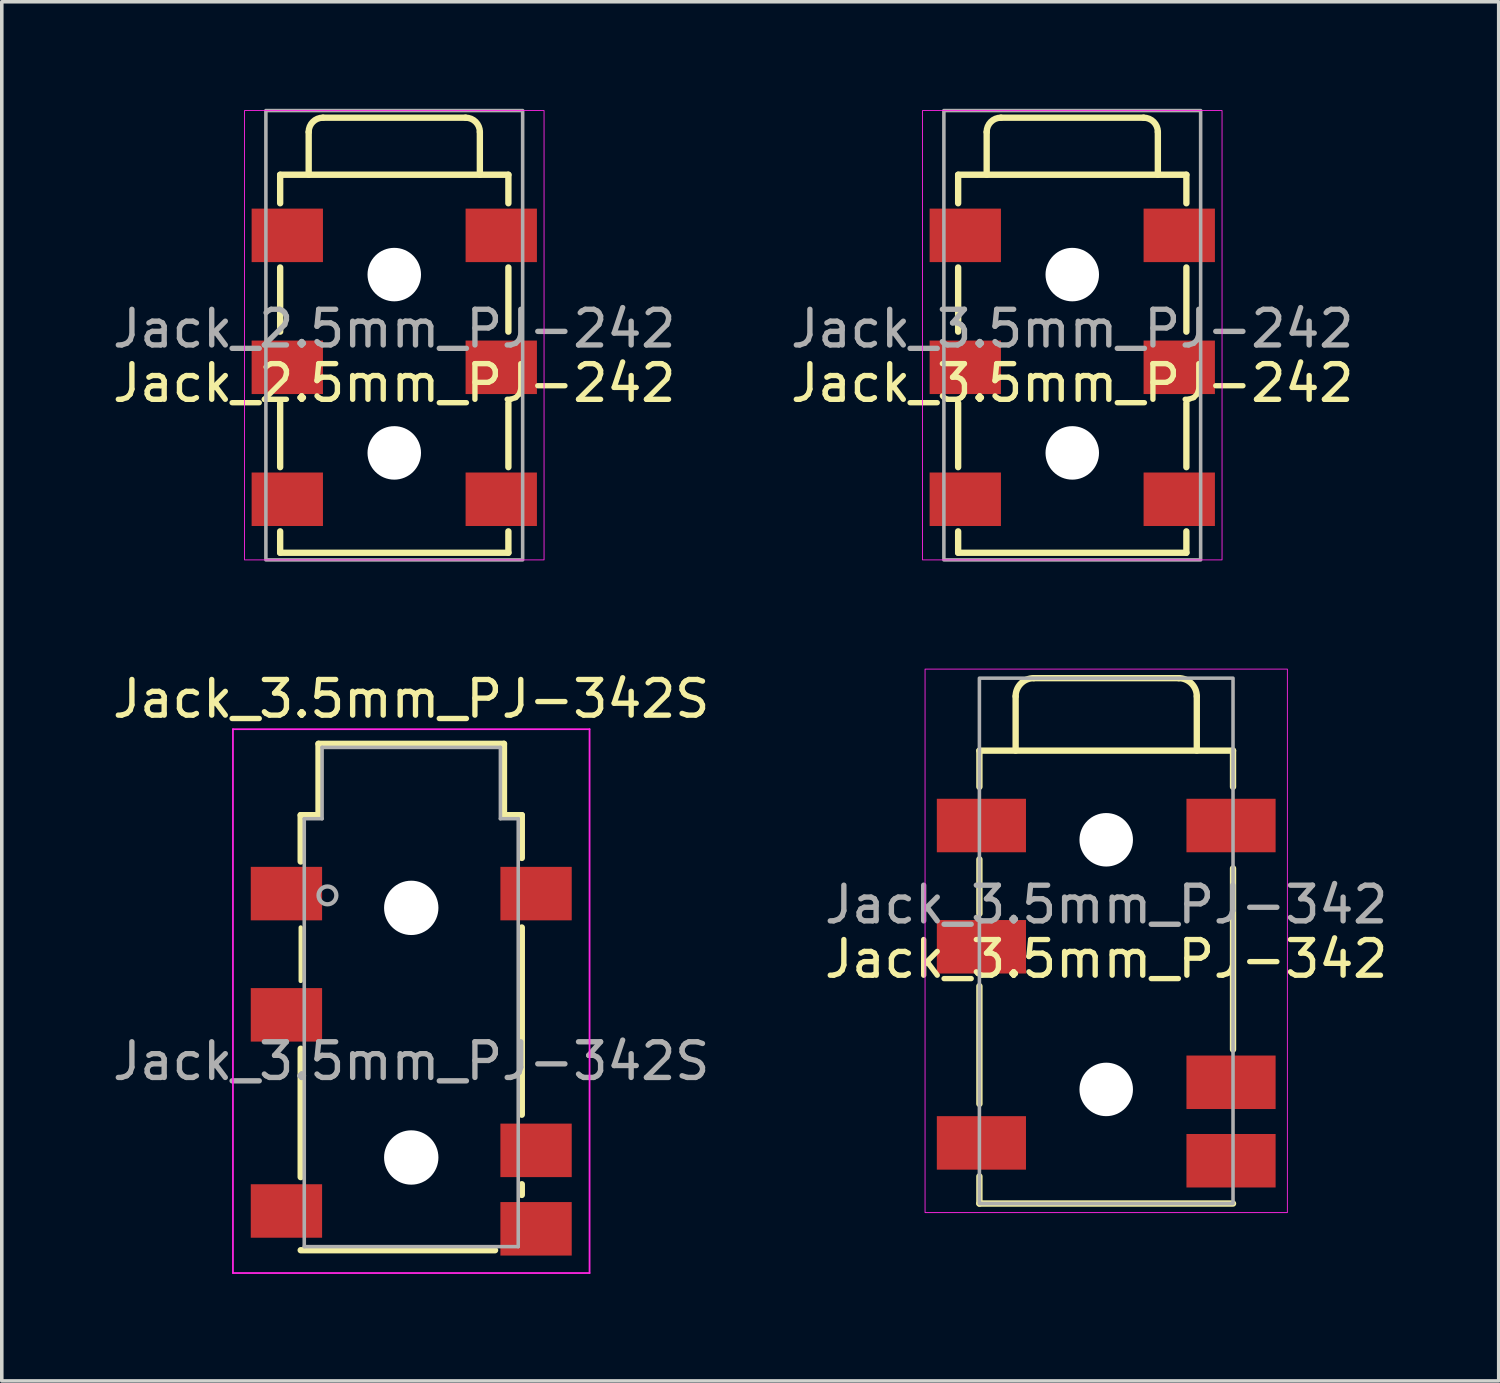
<source format=kicad_pcb>
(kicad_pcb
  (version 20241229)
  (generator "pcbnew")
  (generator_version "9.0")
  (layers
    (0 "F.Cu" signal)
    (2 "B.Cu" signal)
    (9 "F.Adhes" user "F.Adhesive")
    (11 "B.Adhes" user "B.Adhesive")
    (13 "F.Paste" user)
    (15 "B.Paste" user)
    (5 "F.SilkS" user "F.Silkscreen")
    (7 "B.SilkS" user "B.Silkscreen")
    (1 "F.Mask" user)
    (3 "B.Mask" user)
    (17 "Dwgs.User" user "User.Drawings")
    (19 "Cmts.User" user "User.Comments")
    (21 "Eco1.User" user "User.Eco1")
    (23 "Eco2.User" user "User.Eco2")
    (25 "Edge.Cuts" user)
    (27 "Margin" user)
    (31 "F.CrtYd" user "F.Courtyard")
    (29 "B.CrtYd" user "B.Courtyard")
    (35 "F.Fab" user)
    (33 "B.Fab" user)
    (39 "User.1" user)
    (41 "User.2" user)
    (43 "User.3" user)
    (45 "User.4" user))
  (footprint "Jack_2.5mm_PJ-242"
    (layer "F.Cu")
    (at 8.006 1.85)
    (property "Reference" "Jack_2.5mm_PJ-242" (at 0 5.842 0) (unlocked yes) (layer "F.SilkS") (effects (font (size 1 1) (thickness 0.15))))
    (fp_line (start -3.2 0) (end 3.2 0) (stroke (width 0.178) (type solid)) (layer "F.SilkS"))
    (fp_line (start -3.2 0.8) (end -3.2 0) (stroke (width 0.178) (type solid)) (layer "F.SilkS"))
    (fp_line (start -3.2 4.4) (end -3.2 2.6) (stroke (width 0.178) (type solid)) (layer "F.SilkS"))
    (fp_line (start -3.2 8.2) (end -3.2 6.4) (stroke (width 0.178) (type solid)) (layer "F.SilkS"))
    (fp_line (start -3.2 10) (end -3.2 10.6) (stroke (width 0.178) (type solid)) (layer "F.SilkS"))
    (fp_line (start -3.2 10.6) (end 3.2 10.6) (stroke (width 0.178) (type solid)) (layer "F.SilkS"))
    (fp_line (start -2.4 -1.2) (end -2.4 0) (stroke (width 0.178) (type solid)) (layer "F.SilkS"))
    (fp_line (start 2 -1.6) (end -2 -1.6) (stroke (width 0.178) (type solid)) (layer "F.SilkS"))
    (fp_line (start 2.4 0) (end 2.4 -1.2) (stroke (width 0.178) (type solid)) (layer "F.SilkS"))
    (fp_line (start 3.2 0) (end 3.2 0.8) (stroke (width 0.178) (type solid)) (layer "F.SilkS"))
    (fp_line (start 3.2 4.4) (end 3.2 2.6) (stroke (width 0.178) (type solid)) (layer "F.SilkS"))
    (fp_line (start 3.2 8.2) (end 3.2 6.4) (stroke (width 0.178) (type solid)) (layer "F.SilkS"))
    (fp_line (start 3.2 10) (end 3.2 10.6) (stroke (width 0.178) (type solid)) (layer "F.SilkS"))
    (fp_arc (start -2.4 -1.2) (mid -2.282843 -1.482843) (end -2 -1.6) (stroke (width 0.1778) (type solid)) (layer "F.SilkS"))
    (fp_arc (start 2 -1.6) (mid 2.282842 -1.482843) (end 2.4 -1.2) (stroke (width 0.1778) (type solid)) (layer "F.SilkS"))
    (fp_rect (start -4.2 -1.8) (end 4.2 10.8) (stroke (width 0.025) (type solid)) (fill no) (layer "F.CrtYd"))
    (fp_rect (start -3.6 -1.8) (end 3.6 10.8) (stroke (width 0.1) (type solid)) (fill no) (layer "F.Fab"))
    (fp_text user "${REFERENCE}" (at 0 4.318 0) (unlocked yes) (layer "F.Fab") (effects (font (size 1 1) (thickness 0.15))))
    (pad "" np_thru_hole circle (at 0 2.8) (size 1.5 1.5) (drill 1.5) (layers "*.Cu" "*.Mask"))
    (pad "" np_thru_hole circle (at 0 7.8) (size 1.5 1.5) (drill 1.5) (layers "*.Cu" "*.Mask"))
    (pad "2" smd rect (at 3 1.7) (size 2 1.5) (layers "F.Cu" "F.Mask" "F.Paste"))
    (pad "3" smd rect (at -3 1.7) (size 2 1.5) (layers "F.Cu" "F.Mask" "F.Paste"))
    (pad "4" smd rect (at 3 5.4) (size 2 1.5) (layers "F.Cu" "F.Mask" "F.Paste"))
    (pad "5" smd rect (at 3 9.1) (size 2 1.5) (layers "F.Cu" "F.Mask" "F.Paste"))
    (pad "6" smd rect (at -3 5.4) (size 2 1.5) (layers "F.Cu" "F.Mask" "F.Paste"))
    (pad "7" smd rect (at -3 9.1) (size 2 1.5) (layers "F.Cu" "F.Mask" "F.Paste")))
  (footprint "Jack_3.5mm_PJ-342S"
    (layer "F.Cu")
    (at 8.482 26.708)
    (property "Reference" "Jack_3.5mm_PJ-342S" (at 0 -10.16 0) (layer "F.SilkS") (effects (font (size 1 1) (thickness 0.15))))
    (attr smd)
    (fp_line (start -3.1 -2.25) (end -3.1 -3.75) (stroke (width 0.12) (type solid)) (layer "F.SilkS"))
    (fp_line (start -3.1 -6.9) (end -2.6 -6.9) (stroke (width 0.178) (type solid)) (layer "F.SilkS"))
    (fp_line (start -3.1 -5.6) (end -3.1 -6.9) (stroke (width 0.178) (type solid)) (layer "F.SilkS"))
    (fp_line (start -3.1 3.25) (end -3.1 -0.35) (stroke (width 0.178) (type solid)) (layer "F.SilkS"))
    (fp_line (start -2.6 -8.9) (end 2.6 -8.9) (stroke (width 0.178) (type solid)) (layer "F.SilkS"))
    (fp_line (start -2.6 -6.9) (end -2.6 -8.9) (stroke (width 0.178) (type solid)) (layer "F.SilkS"))
    (fp_line (start 2.35 5.3) (end -3.1 5.3) (stroke (width 0.178) (type solid)) (layer "F.SilkS"))
    (fp_line (start 2.6 -8.9) (end 2.6 -6.9) (stroke (width 0.178) (type solid)) (layer "F.SilkS"))
    (fp_line (start 2.6 -6.9) (end 3.1 -6.9) (stroke (width 0.178) (type solid)) (layer "F.SilkS"))
    (fp_line (start 3.1 -6.9) (end 3.1 -5.7) (stroke (width 0.178) (type solid)) (layer "F.SilkS"))
    (fp_line (start 3.1 -3.75) (end 3.1 1.5) (stroke (width 0.178) (type solid)) (layer "F.SilkS"))
    (fp_line (start 3.1 3.45) (end 3.1 3.75) (stroke (width 0.178) (type solid)) (layer "F.SilkS"))
    (fp_line (start -5 -9.31) (end -5 5.94) (stroke (width 0.05) (type solid)) (layer "F.CrtYd"))
    (fp_line (start -5 -9.31) (end 5 -9.31) (stroke (width 0.05) (type solid)) (layer "F.CrtYd"))
    (fp_line (start -5 5.94) (end 5 5.94) (stroke (width 0.05) (type solid)) (layer "F.CrtYd"))
    (fp_line (start 5 5.94) (end 5 -9.31) (stroke (width 0.05) (type solid)) (layer "F.CrtYd"))
    (fp_line (start -3 -6.8) (end -3 5.2) (stroke (width 0.1) (type solid)) (layer "F.Fab"))
    (fp_line (start -3 5.2) (end 3 5.2) (stroke (width 0.1) (type solid)) (layer "F.Fab"))
    (fp_line (start -2.5 -8.8) (end -2.5 -6.8) (stroke (width 0.1) (type solid)) (layer "F.Fab"))
    (fp_line (start -2.5 -6.8) (end -3 -6.8) (stroke (width 0.1) (type solid)) (layer "F.Fab"))
    (fp_line (start 2.5 -8.8) (end -2.5 -8.8) (stroke (width 0.1) (type solid)) (layer "F.Fab"))
    (fp_line (start 2.5 -6.8) (end 2.5 -8.8) (stroke (width 0.1) (type solid)) (layer "F.Fab"))
    (fp_line (start 3 -6.8) (end 2.5 -6.8) (stroke (width 0.1) (type solid)) (layer "F.Fab"))
    (fp_line (start 3 5.2) (end 3 -6.8) (stroke (width 0.1) (type solid)) (layer "F.Fab"))
    (fp_circle (center -2.35 -4.65) (end -2.1 -4.65) (stroke (width 0.12) (type solid)) (fill no) (layer "F.Fab"))
    (fp_text user "${REFERENCE}" (at 0 0 0) (layer "F.Fab") (effects (font (size 1 1) (thickness 0.15))))
    (pad "" np_thru_hole circle (at 0 -4.3) (size 1.524 1.524) (drill 1.524) (layers "*.Cu" "*.Mask"))
    (pad "" np_thru_hole circle (at 0 2.7) (size 1.524 1.524) (drill 1.524) (layers "*.Cu" "*.Mask"))
    (pad "G" smd rect (at -3.5 -4.7) (size 2 1.5) (layers "F.Cu" "F.Mask" "F.Paste"))
    (pad "L" smd rect (at -3.5 -1.3) (size 2 1.5) (layers "F.Cu" "F.Mask" "F.Paste"))
    (pad "L" smd rect (at -3.5 4.2) (size 2 1.5) (layers "F.Cu" "F.Mask" "F.Paste"))
    (pad "M" smd rect (at 3.5 -4.7) (size 2 1.5) (layers "F.Cu" "F.Mask" "F.Paste"))
    (pad "R" smd rect (at 3.5 2.5) (size 2 1.5) (layers "F.Cu" "F.Mask" "F.Paste"))
    (pad "R" smd rect (at 3.5 4.7) (size 2 1.5) (layers "F.Cu" "F.Mask" "F.Paste")))
  (footprint "Jack_3.5mm_PJ-342"
    (layer "F.Cu")
    (at 27.97 17.999)
    (property "Reference" "Jack_3.5mm_PJ-342" (at 0 5.842 0) (unlocked yes) (layer "F.SilkS") (effects (font (size 1 1) (thickness 0.15))))
    (fp_line (start -3.556 0) (end 3.556 0) (stroke (width 0.178) (type solid)) (layer "F.SilkS"))
    (fp_line (start -3.556 1.016) (end -3.556 0) (stroke (width 0.178) (type solid)) (layer "F.SilkS"))
    (fp_line (start -3.556 4.572) (end -3.556 3.048) (stroke (width 0.178) (type solid)) (layer "F.SilkS"))
    (fp_line (start -3.556 9.906) (end -3.556 6.604) (stroke (width 0.178) (type solid)) (layer "F.SilkS"))
    (fp_line (start -3.556 11.938) (end -3.556 12.7) (stroke (width 0.178) (type solid)) (layer "F.SilkS"))
    (fp_line (start -3.556 12.7) (end 3.556 12.7) (stroke (width 0.178) (type solid)) (layer "F.SilkS"))
    (fp_line (start -2.54 -1.524) (end -2.54 0) (stroke (width 0.178) (type solid)) (layer "F.SilkS"))
    (fp_line (start 2.032 -2.032) (end -2.032 -2.032) (stroke (width 0.178) (type solid)) (layer "F.SilkS"))
    (fp_line (start 2.54 0) (end 2.54 -1.524) (stroke (width 0.178) (type solid)) (layer "F.SilkS"))
    (fp_line (start 3.556 0) (end 3.556 1.016) (stroke (width 0.178) (type solid)) (layer "F.SilkS"))
    (fp_line (start 3.556 3.302) (end 3.556 8.382) (stroke (width 0.178) (type solid)) (layer "F.SilkS"))
    (fp_arc (start -2.54 -1.524) (mid -2.39121 -1.88321) (end -2.032 -2.032) (stroke (width 0.1778) (type solid)) (layer "F.SilkS"))
    (fp_arc (start 2.032 -2.032) (mid 2.39121 -1.88321) (end 2.54 -1.524) (stroke (width 0.1778) (type solid)) (layer "F.SilkS"))
    (fp_rect (start -5.08 -2.286) (end 5.08 12.954) (stroke (width 0.025) (type solid)) (fill no) (layer "F.CrtYd"))
    (fp_rect (start -3.556 -2.032) (end 3.556 12.7) (stroke (width 0.1) (type solid)) (fill no) (layer "F.Fab"))
    (fp_text user "${REFERENCE}" (at 0 4.318 0) (unlocked yes) (layer "F.Fab") (effects (font (size 1 1) (thickness 0.15))))
    (pad "" np_thru_hole circle (at 0 2.5) (size 1.5 1.5) (drill 1.5) (layers "*.Cu" "*.Mask"))
    (pad "" np_thru_hole circle (at 0 9.5) (size 1.5 1.5) (drill 1.5) (layers "*.Cu" "*.Mask"))
    (pad "R1" smd rect (at -3.5 5.5) (size 2.5 1.5) (layers "F.Cu" "F.Mask" "F.Paste"))
    (pad "R1N" smd rect (at -3.5 11) (size 2.5 1.5) (layers "F.Cu" "F.Mask" "F.Paste"))
    (pad "R2" smd rect (at 3.5 2.1) (size 2.5 1.5) (layers "F.Cu" "F.Mask" "F.Paste"))
    (pad "S" smd rect (at -3.5 2.1) (size 2.5 1.5) (layers "F.Cu" "F.Mask" "F.Paste"))
    (pad "T" smd rect (at 3.5 9.3) (size 2.5 1.5) (layers "F.Cu" "F.Mask" "F.Paste"))
    (pad "TN" smd rect (at 3.5 11.5) (size 2.5 1.5) (layers "F.Cu" "F.Mask" "F.Paste")))
  (footprint "Jack_3.5mm_PJ-242"
    (layer "F.Cu")
    (at 27.018 1.85)
    (property "Reference" "Jack_3.5mm_PJ-242" (at 0 5.842 0) (unlocked yes) (layer "F.SilkS") (effects (font (size 1 1) (thickness 0.15))))
    (fp_line (start -3.2 0) (end 3.2 0) (stroke (width 0.178) (type solid)) (layer "F.SilkS"))
    (fp_line (start -3.2 0.8) (end -3.2 0) (stroke (width 0.178) (type solid)) (layer "F.SilkS"))
    (fp_line (start -3.2 4.4) (end -3.2 2.6) (stroke (width 0.178) (type solid)) (layer "F.SilkS"))
    (fp_line (start -3.2 8.2) (end -3.2 6.4) (stroke (width 0.178) (type solid)) (layer "F.SilkS"))
    (fp_line (start -3.2 10) (end -3.2 10.6) (stroke (width 0.178) (type solid)) (layer "F.SilkS"))
    (fp_line (start -3.2 10.6) (end 3.2 10.6) (stroke (width 0.178) (type solid)) (layer "F.SilkS"))
    (fp_line (start -2.4 -1.2) (end -2.4 0) (stroke (width 0.178) (type solid)) (layer "F.SilkS"))
    (fp_line (start 2 -1.6) (end -2 -1.6) (stroke (width 0.178) (type solid)) (layer "F.SilkS"))
    (fp_line (start 2.4 0) (end 2.4 -1.2) (stroke (width 0.178) (type solid)) (layer "F.SilkS"))
    (fp_line (start 3.2 0) (end 3.2 0.8) (stroke (width 0.178) (type solid)) (layer "F.SilkS"))
    (fp_line (start 3.2 4.4) (end 3.2 2.6) (stroke (width 0.178) (type solid)) (layer "F.SilkS"))
    (fp_line (start 3.2 8.2) (end 3.2 6.4) (stroke (width 0.178) (type solid)) (layer "F.SilkS"))
    (fp_line (start 3.2 10) (end 3.2 10.6) (stroke (width 0.178) (type solid)) (layer "F.SilkS"))
    (fp_arc (start -2.4 -1.2) (mid -2.282843 -1.482843) (end -2 -1.6) (stroke (width 0.1778) (type solid)) (layer "F.SilkS"))
    (fp_arc (start 2 -1.6) (mid 2.282842 -1.482843) (end 2.4 -1.2) (stroke (width 0.1778) (type solid)) (layer "F.SilkS"))
    (fp_rect (start -4.2 -1.8) (end 4.2 10.8) (stroke (width 0.025) (type solid)) (fill no) (layer "F.CrtYd"))
    (fp_rect (start -3.6 -1.8) (end 3.6 10.8) (stroke (width 0.1) (type solid)) (fill no) (layer "F.Fab"))
    (fp_text user "${REFERENCE}" (at 0 4.318 0) (unlocked yes) (layer "F.Fab") (effects (font (size 1 1) (thickness 0.15))))
    (pad "" np_thru_hole circle (at 0 2.8) (size 1.5 1.5) (drill 1.5) (layers "*.Cu" "*.Mask"))
    (pad "" np_thru_hole circle (at 0 7.8) (size 1.5 1.5) (drill 1.5) (layers "*.Cu" "*.Mask"))
    (pad "2" smd rect (at 3 1.7) (size 2 1.5) (layers "F.Cu" "F.Mask" "F.Paste"))
    (pad "3" smd rect (at -3 1.7) (size 2 1.5) (layers "F.Cu" "F.Mask" "F.Paste"))
    (pad "4" smd rect (at 3 5.4) (size 2 1.5) (layers "F.Cu" "F.Mask" "F.Paste"))
    (pad "5" smd rect (at 3 9.1) (size 2 1.5) (layers "F.Cu" "F.Mask" "F.Paste"))
    (pad "6" smd rect (at -3 5.4) (size 2 1.5) (layers "F.Cu" "F.Mask" "F.Paste"))
    (pad "7" smd rect (at -3 9.1) (size 2 1.5) (layers "F.Cu" "F.Mask" "F.Paste")))
  (gr_rect
    (start -3 -3)
    (end 38.976 35.673)
    (stroke (width 0.1) (type default))
    (fill no)
    (layer "Edge.Cuts")))
</source>
